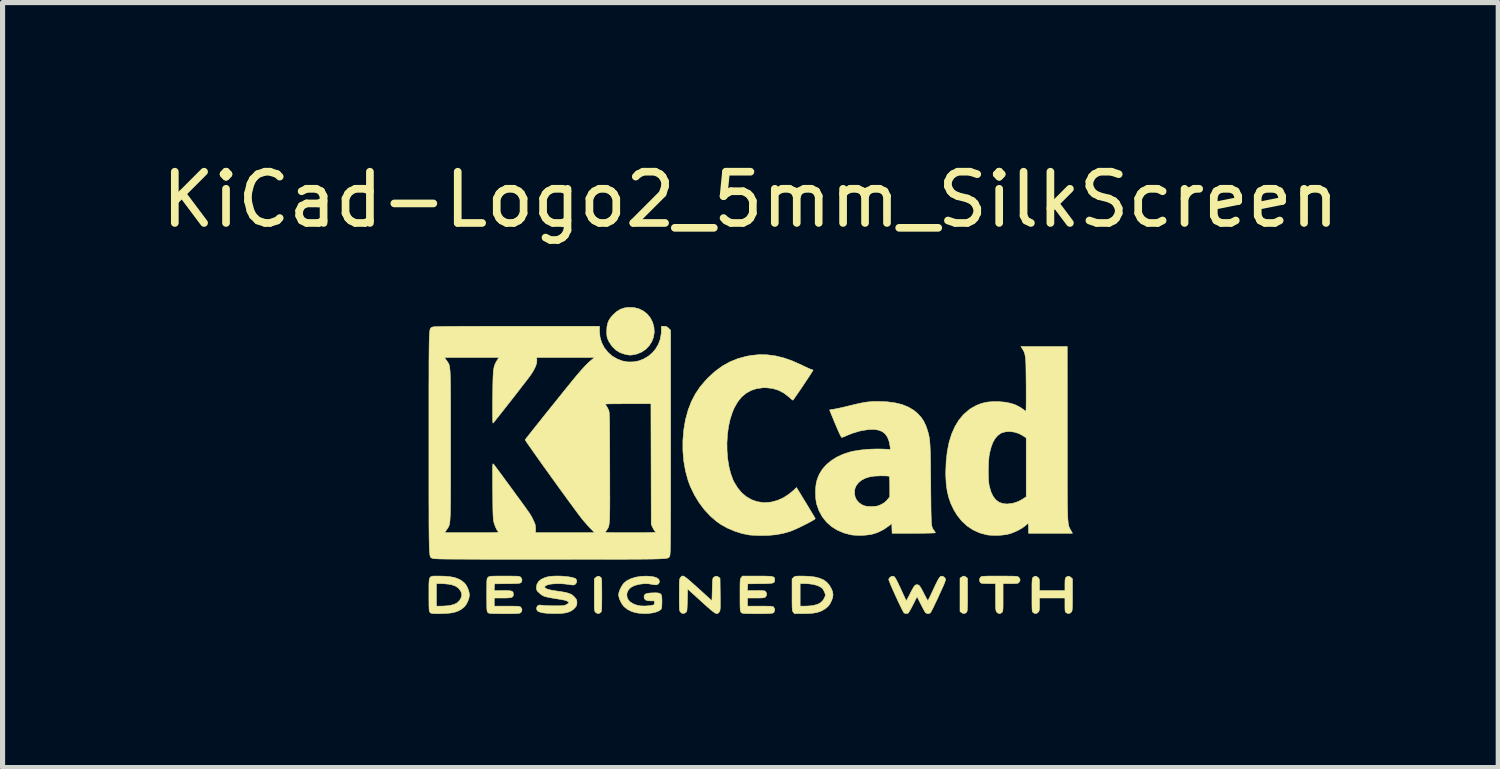
<source format=kicad_pcb>
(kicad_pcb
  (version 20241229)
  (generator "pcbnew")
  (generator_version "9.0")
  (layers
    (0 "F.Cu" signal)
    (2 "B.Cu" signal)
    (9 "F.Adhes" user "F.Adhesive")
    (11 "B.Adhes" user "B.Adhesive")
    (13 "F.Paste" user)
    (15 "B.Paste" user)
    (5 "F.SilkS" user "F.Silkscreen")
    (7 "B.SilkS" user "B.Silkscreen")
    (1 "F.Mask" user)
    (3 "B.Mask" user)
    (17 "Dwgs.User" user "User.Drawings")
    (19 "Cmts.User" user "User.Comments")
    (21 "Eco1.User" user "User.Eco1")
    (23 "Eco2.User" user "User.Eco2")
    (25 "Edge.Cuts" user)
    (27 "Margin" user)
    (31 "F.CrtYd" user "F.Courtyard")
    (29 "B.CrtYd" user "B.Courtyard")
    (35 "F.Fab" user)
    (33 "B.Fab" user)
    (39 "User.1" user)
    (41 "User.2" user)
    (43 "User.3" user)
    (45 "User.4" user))
  (footprint "KiCad-Logo2_5mm_SilkScreen"
    (layer "F.Cu")
    (at 11.601 5.928)
    (property "Reference" "KiCad-Logo2_5mm_SilkScreen" (at 0 -5.08 180) (layer "F.SilkS") (effects (font (size 1 1) (thickness 0.15))))
    (attr board_only exclude_from_pos_files exclude_from_bom)
    (fp_poly (pts (xy 4.189 2.276) (xy 4.212 2.291) (xy 4.239 2.312) (xy 4.239 2.634) (xy 4.239 2.728) (xy 4.239 2.802) (xy 4.238 2.859) (xy 4.236 2.901) (xy 4.234 2.931) (xy 4.231 2.951) (xy 4.227 2.965) (xy 4.221 2.974) (xy 4.217 2.979) (xy 4.186 3) (xy 4.15 2.999) (xy 4.119 2.981) (xy 4.092 2.96) (xy 4.092 2.312) (xy 4.119 2.291) (xy 4.145 2.275) (xy 4.166 2.269) (xy 4.189 2.276)) (stroke (width 0.01) (type solid)) (fill yes) (layer "F.SilkS"))
    (fp_poly (pts (xy -2.924 2.292) (xy -2.917 2.299) (xy -2.912 2.309) (xy -2.908 2.324) (xy -2.905 2.346) (xy -2.903 2.378) (xy -2.902 2.422) (xy -2.902 2.482) (xy -2.901 2.56) (xy -2.901 2.636) (xy -2.901 2.73) (xy -2.902 2.804) (xy -2.902 2.86) (xy -2.904 2.902) (xy -2.906 2.932) (xy -2.909 2.952) (xy -2.913 2.965) (xy -2.919 2.974) (xy -2.924 2.98) (xy -2.957 3) (xy -2.992 2.998) (xy -3.023 2.977) (xy -3.031 2.968) (xy -3.036 2.959) (xy -3.041 2.945) (xy -3.044 2.924) (xy -3.046 2.895) (xy -3.047 2.853) (xy -3.048 2.796) (xy -3.048 2.722) (xy -3.048 2.638) (xy -3.048 2.324) (xy -3.02 2.297) (xy -2.986 2.273) (xy -2.953 2.273) (xy -2.924 2.292)) (stroke (width 0.01) (type solid)) (fill yes) (layer "F.SilkS"))
    (fp_poly (pts (xy -2.273 -2.973) (xy -2.177 -2.949) (xy -2.09 -2.906) (xy -2.015 -2.847) (xy -1.954 -2.772) (xy -1.909 -2.683) (xy -1.883 -2.586) (xy -1.877 -2.489) (xy -1.892 -2.395) (xy -1.926 -2.307) (xy -1.977 -2.228) (xy -2.042 -2.16) (xy -2.121 -2.106) (xy -2.212 -2.068) (xy -2.263 -2.056) (xy -2.308 -2.048) (xy -2.342 -2.045) (xy -2.375 -2.047) (xy -2.415 -2.054) (xy -2.449 -2.061) (xy -2.542 -2.092) (xy -2.626 -2.143) (xy -2.698 -2.213) (xy -2.756 -2.298) (xy -2.77 -2.326) (xy -2.787 -2.362) (xy -2.797 -2.392) (xy -2.802 -2.425) (xy -2.805 -2.466) (xy -2.805 -2.512) (xy -2.801 -2.596) (xy -2.787 -2.665) (xy -2.762 -2.726) (xy -2.723 -2.784) (xy -2.684 -2.829) (xy -2.612 -2.895) (xy -2.537 -2.94) (xy -2.455 -2.967) (xy -2.377 -2.977) (xy -2.273 -2.973)) (stroke (width 0.01) (type solid)) (fill yes) (layer "F.SilkS"))
    (fp_poly (pts (xy 4.963 2.269) (xy 5.042 2.27) (xy 5.103 2.27) (xy 5.149 2.272) (xy 5.182 2.274) (xy 5.205 2.277) (xy 5.221 2.28) (xy 5.231 2.285) (xy 5.236 2.289) (xy 5.261 2.321) (xy 5.265 2.355) (xy 5.249 2.386) (xy 5.238 2.398) (xy 5.227 2.406) (xy 5.211 2.412) (xy 5.186 2.414) (xy 5.147 2.416) (xy 5.09 2.416) (xy 5.079 2.416) (xy 4.933 2.416) (xy 4.933 2.687) (xy 4.933 2.772) (xy 4.933 2.838) (xy 4.932 2.887) (xy 4.93 2.922) (xy 4.927 2.946) (xy 4.923 2.962) (xy 4.918 2.972) (xy 4.911 2.98) (xy 4.878 3) (xy 4.843 2.999) (xy 4.812 2.976) (xy 4.81 2.973) (xy 4.802 2.962) (xy 4.797 2.95) (xy 4.793 2.933) (xy 4.79 2.908) (xy 4.788 2.872) (xy 4.787 2.822) (xy 4.787 2.755) (xy 4.786 2.68) (xy 4.786 2.416) (xy 4.647 2.416) (xy 4.587 2.415) (xy 4.546 2.414) (xy 4.519 2.411) (xy 4.502 2.405) (xy 4.49 2.397) (xy 4.489 2.395) (xy 4.473 2.362) (xy 4.474 2.324) (xy 4.493 2.292) (xy 4.5 2.285) (xy 4.51 2.28) (xy 4.524 2.276) (xy 4.545 2.274) (xy 4.575 2.272) (xy 4.618 2.27) (xy 4.676 2.269) (xy 4.75 2.269) (xy 4.844 2.269) (xy 4.864 2.269) (xy 4.963 2.269)) (stroke (width 0.01) (type solid)) (fill yes) (layer "F.SilkS"))
    (fp_poly (pts (xy 6.229 2.275) (xy 6.26 2.297) (xy 6.288 2.324) (xy 6.288 2.634) (xy 6.288 2.726) (xy 6.287 2.798) (xy 6.287 2.853) (xy 6.285 2.893) (xy 6.283 2.922) (xy 6.28 2.942) (xy 6.275 2.956) (xy 6.269 2.967) (xy 6.265 2.973) (xy 6.234 2.998) (xy 6.198 3) (xy 6.166 2.985) (xy 6.156 2.976) (xy 6.148 2.965) (xy 6.144 2.946) (xy 6.142 2.915) (xy 6.141 2.869) (xy 6.141 2.833) (xy 6.141 2.698) (xy 5.644 2.698) (xy 5.644 2.821) (xy 5.644 2.877) (xy 5.642 2.915) (xy 5.638 2.941) (xy 5.63 2.96) (xy 5.621 2.973) (xy 5.59 2.998) (xy 5.555 3.001) (xy 5.522 2.983) (xy 5.513 2.974) (xy 5.506 2.962) (xy 5.502 2.943) (xy 5.499 2.914) (xy 5.498 2.87) (xy 5.497 2.808) (xy 5.497 2.794) (xy 5.497 2.678) (xy 5.497 2.582) (xy 5.497 2.504) (xy 5.497 2.443) (xy 5.498 2.396) (xy 5.5 2.361) (xy 5.502 2.335) (xy 5.505 2.318) (xy 5.51 2.306) (xy 5.515 2.298) (xy 5.52 2.292) (xy 5.552 2.272) (xy 5.585 2.275) (xy 5.617 2.297) (xy 5.629 2.311) (xy 5.638 2.327) (xy 5.642 2.35) (xy 5.644 2.384) (xy 5.644 2.436) (xy 5.644 2.551) (xy 6.141 2.551) (xy 6.141 2.433) (xy 6.142 2.378) (xy 6.144 2.341) (xy 6.148 2.317) (xy 6.155 2.301) (xy 6.164 2.292) (xy 6.196 2.272) (xy 6.229 2.275)) (stroke (width 0.01) (type solid)) (fill yes) (layer "F.SilkS"))
    (fp_poly (pts (xy 1.018 2.269) (xy 1.147 2.274) (xy 1.257 2.287) (xy 1.349 2.31) (xy 1.426 2.343) (xy 1.489 2.388) (xy 1.539 2.444) (xy 1.58 2.514) (xy 1.58 2.515) (xy 1.605 2.577) (xy 1.613 2.633) (xy 1.606 2.688) (xy 1.584 2.751) (xy 1.579 2.761) (xy 1.55 2.817) (xy 1.517 2.86) (xy 1.475 2.897) (xy 1.417 2.934) (xy 1.414 2.936) (xy 1.364 2.96) (xy 1.307 2.978) (xy 1.24 2.991) (xy 1.159 2.999) (xy 1.06 3.002) (xy 1.025 3.002) (xy 0.86 3.003) (xy 0.836 2.973) (xy 0.829 2.963) (xy 0.824 2.952) (xy 0.82 2.936) (xy 0.817 2.913) (xy 0.815 2.88) (xy 0.814 2.856) (xy 0.971 2.856) (xy 1.065 2.856) (xy 1.12 2.854) (xy 1.176 2.85) (xy 1.222 2.844) (xy 1.225 2.844) (xy 1.307 2.822) (xy 1.371 2.789) (xy 1.418 2.743) (xy 1.451 2.683) (xy 1.457 2.667) (xy 1.463 2.642) (xy 1.46 2.618) (xy 1.448 2.585) (xy 1.441 2.569) (xy 1.418 2.527) (xy 1.39 2.497) (xy 1.359 2.477) (xy 1.297 2.45) (xy 1.218 2.43) (xy 1.125 2.419) (xy 1.058 2.416) (xy 0.971 2.416) (xy 0.971 2.856) (xy 0.814 2.856) (xy 0.814 2.835) (xy 0.813 2.774) (xy 0.813 2.696) (xy 0.813 2.634) (xy 0.813 2.324) (xy 0.841 2.297) (xy 0.853 2.286) (xy 0.866 2.278) (xy 0.885 2.273) (xy 0.913 2.27) (xy 0.955 2.269) (xy 1.015 2.269) (xy 1.018 2.269)) (stroke (width 0.01) (type solid)) (fill yes) (layer "F.SilkS"))
    (fp_poly (pts (xy -6.121 2.269) (xy -6.082 2.269) (xy -5.966 2.272) (xy -5.869 2.281) (xy -5.788 2.295) (xy -5.719 2.317) (xy -5.658 2.347) (xy -5.604 2.387) (xy -5.584 2.404) (xy -5.552 2.443) (xy -5.523 2.497) (xy -5.5 2.557) (xy -5.488 2.615) (xy -5.486 2.636) (xy -5.494 2.695) (xy -5.516 2.759) (xy -5.547 2.82) (xy -5.584 2.868) (xy -5.59 2.874) (xy -5.641 2.915) (xy -5.696 2.947) (xy -5.76 2.971) (xy -5.834 2.988) (xy -5.924 2.998) (xy -6.031 3.002) (xy -6.08 3.003) (xy -6.142 3.003) (xy -6.186 3.001) (xy -6.215 2.999) (xy -6.234 2.994) (xy -6.247 2.987) (xy -6.254 2.98) (xy -6.261 2.973) (xy -6.266 2.963) (xy -6.27 2.948) (xy -6.273 2.926) (xy -6.274 2.894) (xy -6.276 2.85) (xy -6.276 2.79) (xy -6.277 2.712) (xy -6.277 2.636) (xy -6.277 2.535) (xy -6.277 2.454) (xy -6.276 2.416) (xy -6.13 2.416) (xy -6.13 2.856) (xy -6.037 2.856) (xy -5.981 2.854) (xy -5.922 2.85) (xy -5.873 2.844) (xy -5.872 2.844) (xy -5.792 2.825) (xy -5.731 2.795) (xy -5.684 2.753) (xy -5.655 2.707) (xy -5.636 2.656) (xy -5.638 2.608) (xy -5.659 2.557) (xy -5.7 2.504) (xy -5.758 2.465) (xy -5.833 2.438) (xy -5.883 2.429) (xy -5.939 2.423) (xy -6 2.418) (xy -6.051 2.416) (xy -6.054 2.416) (xy -6.13 2.416) (xy -6.276 2.416) (xy -6.275 2.392) (xy -6.271 2.345) (xy -6.263 2.312) (xy -6.25 2.29) (xy -6.23 2.277) (xy -6.203 2.27) (xy -6.167 2.269) (xy -6.121 2.269)) (stroke (width 0.01) (type solid)) (fill yes) (layer "F.SilkS"))
    (fp_poly (pts (xy -1.3 2.273) (xy -1.277 2.287) (xy -1.246 2.31) (xy -1.206 2.342) (xy -1.156 2.386) (xy -1.094 2.441) (xy -1.018 2.509) (xy -0.931 2.588) (xy -0.751 2.752) (xy -0.745 2.532) (xy -0.743 2.456) (xy -0.741 2.4) (xy -0.739 2.36) (xy -0.736 2.332) (xy -0.731 2.314) (xy -0.725 2.303) (xy -0.717 2.294) (xy -0.713 2.291) (xy -0.678 2.272) (xy -0.645 2.274) (xy -0.619 2.291) (xy -0.593 2.312) (xy -0.589 2.627) (xy -0.588 2.72) (xy -0.588 2.793) (xy -0.588 2.848) (xy -0.589 2.889) (xy -0.591 2.919) (xy -0.594 2.939) (xy -0.598 2.953) (xy -0.604 2.964) (xy -0.61 2.972) (xy -0.623 2.988) (xy -0.637 2.999) (xy -0.652 3.003) (xy -0.671 2.999) (xy -0.695 2.987) (xy -0.727 2.965) (xy -0.768 2.932) (xy -0.821 2.887) (xy -0.886 2.829) (xy -0.96 2.762) (xy -1.225 2.521) (xy -1.23 2.741) (xy -1.233 2.816) (xy -1.235 2.872) (xy -1.237 2.913) (xy -1.24 2.94) (xy -1.244 2.958) (xy -1.25 2.969) (xy -1.259 2.978) (xy -1.263 2.981) (xy -1.3 3) (xy -1.335 2.997) (xy -1.365 2.973) (xy -1.372 2.963) (xy -1.378 2.952) (xy -1.382 2.936) (xy -1.385 2.913) (xy -1.386 2.88) (xy -1.388 2.835) (xy -1.388 2.774) (xy -1.389 2.694) (xy -1.389 2.636) (xy -1.388 2.544) (xy -1.388 2.473) (xy -1.387 2.418) (xy -1.386 2.378) (xy -1.384 2.349) (xy -1.38 2.329) (xy -1.376 2.315) (xy -1.37 2.305) (xy -1.365 2.299) (xy -1.354 2.285) (xy -1.343 2.274) (xy -1.332 2.268) (xy -1.318 2.267) (xy -1.3 2.273)) (stroke (width 0.01) (type solid)) (fill yes) (layer "F.SilkS"))
    (fp_poly (pts (xy -1.95 2.275) (xy -1.882 2.286) (xy -1.829 2.304) (xy -1.795 2.327) (xy -1.785 2.341) (xy -1.776 2.372) (xy -1.782 2.4) (xy -1.802 2.427) (xy -1.834 2.44) (xy -1.879 2.439) (xy -1.914 2.432) (xy -1.992 2.419) (xy -2.072 2.418) (xy -2.162 2.428) (xy -2.186 2.433) (xy -2.269 2.456) (xy -2.334 2.491) (xy -2.38 2.537) (xy -2.407 2.592) (xy -2.413 2.621) (xy -2.409 2.68) (xy -2.386 2.732) (xy -2.345 2.776) (xy -2.288 2.811) (xy -2.219 2.837) (xy -2.138 2.852) (xy -2.048 2.854) (xy -1.951 2.845) (xy -1.945 2.844) (xy -1.907 2.836) (xy -1.885 2.83) (xy -1.876 2.819) (xy -1.874 2.802) (xy -1.874 2.793) (xy -1.874 2.754) (xy -1.942 2.754) (xy -2.003 2.75) (xy -2.044 2.737) (xy -2.068 2.714) (xy -2.077 2.679) (xy -2.077 2.674) (xy -2.072 2.645) (xy -2.054 2.623) (xy -2.022 2.609) (xy -1.972 2.601) (xy -1.923 2.598) (xy -1.852 2.596) (xy -1.801 2.599) (xy -1.766 2.609) (xy -1.744 2.628) (xy -1.733 2.66) (xy -1.728 2.708) (xy -1.727 2.77) (xy -1.729 2.84) (xy -1.733 2.887) (xy -1.74 2.912) (xy -1.741 2.914) (xy -1.78 2.946) (xy -1.837 2.97) (xy -1.909 2.988) (xy -1.991 2.999) (xy -2.081 3.001) (xy -2.175 2.994) (xy -2.23 2.986) (xy -2.316 2.962) (xy -2.396 2.922) (xy -2.463 2.87) (xy -2.473 2.86) (xy -2.506 2.816) (xy -2.536 2.762) (xy -2.559 2.706) (xy -2.572 2.654) (xy -2.574 2.635) (xy -2.567 2.593) (xy -2.55 2.542) (xy -2.524 2.488) (xy -2.495 2.439) (xy -2.469 2.406) (xy -2.408 2.357) (xy -2.329 2.319) (xy -2.235 2.29) (xy -2.129 2.274) (xy -2.032 2.27) (xy -1.95 2.275)) (stroke (width 0.01) (type solid)) (fill yes) (layer "F.SilkS"))
    (fp_poly (pts (xy 0.23 2.269) (xy 0.307 2.27) (xy 0.365 2.272) (xy 0.408 2.276) (xy 0.438 2.282) (xy 0.457 2.291) (xy 0.468 2.303) (xy 0.473 2.319) (xy 0.474 2.339) (xy 0.474 2.341) (xy 0.473 2.364) (xy 0.468 2.382) (xy 0.457 2.395) (xy 0.437 2.404) (xy 0.406 2.41) (xy 0.36 2.414) (xy 0.298 2.417) (xy 0.216 2.418) (xy 0.191 2.418) (xy -0.051 2.421) (xy -0.054 2.486) (xy -0.058 2.551) (xy 0.111 2.551) (xy 0.176 2.552) (xy 0.223 2.553) (xy 0.255 2.555) (xy 0.276 2.559) (xy 0.289 2.565) (xy 0.299 2.573) (xy 0.299 2.573) (xy 0.316 2.607) (xy 0.316 2.643) (xy 0.297 2.674) (xy 0.294 2.678) (xy 0.281 2.686) (xy 0.263 2.692) (xy 0.237 2.695) (xy 0.197 2.697) (xy 0.142 2.698) (xy 0.106 2.698) (xy -0.056 2.698) (xy -0.056 2.856) (xy 0.19 2.856) (xy 0.272 2.856) (xy 0.333 2.857) (xy 0.379 2.858) (xy 0.41 2.86) (xy 0.431 2.864) (xy 0.445 2.868) (xy 0.453 2.874) (xy 0.455 2.877) (xy 0.472 2.908) (xy 0.473 2.944) (xy 0.46 2.975) (xy 0.449 2.985) (xy 0.438 2.991) (xy 0.421 2.995) (xy 0.396 2.998) (xy 0.359 3) (xy 0.308 3.002) (xy 0.24 3.003) (xy 0.153 3.003) (xy 0.133 3.003) (xy 0.045 3.003) (xy -0.024 3.002) (xy -0.075 3.002) (xy -0.113 3) (xy -0.139 2.998) (xy -0.156 2.994) (xy -0.167 2.989) (xy -0.176 2.983) (xy -0.18 2.978) (xy -0.187 2.97) (xy -0.192 2.96) (xy -0.196 2.945) (xy -0.199 2.923) (xy -0.201 2.89) (xy -0.202 2.845) (xy -0.203 2.785) (xy -0.203 2.707) (xy -0.203 2.641) (xy -0.203 2.549) (xy -0.203 2.476) (xy -0.202 2.421) (xy -0.201 2.38) (xy -0.198 2.35) (xy -0.195 2.33) (xy -0.191 2.316) (xy -0.185 2.305) (xy -0.18 2.299) (xy -0.156 2.269) (xy 0.134 2.269) (xy 0.23 2.269)) (stroke (width 0.01) (type solid)) (fill yes) (layer "F.SilkS"))
    (fp_poly (pts (xy -4.713 2.269) (xy -4.643 2.27) (xy -4.591 2.27) (xy -4.553 2.272) (xy -4.526 2.274) (xy -4.508 2.278) (xy -4.496 2.283) (xy -4.487 2.289) (xy -4.484 2.292) (xy -4.464 2.323) (xy -4.46 2.359) (xy -4.473 2.391) (xy -4.48 2.397) (xy -4.489 2.403) (xy -4.505 2.408) (xy -4.529 2.412) (xy -4.566 2.414) (xy -4.617 2.416) (xy -4.685 2.418) (xy -4.748 2.418) (xy -4.995 2.421) (xy -4.999 2.486) (xy -5.002 2.551) (xy -4.834 2.551) (xy -4.761 2.552) (xy -4.708 2.555) (xy -4.671 2.56) (xy -4.647 2.57) (xy -4.634 2.586) (xy -4.629 2.607) (xy -4.628 2.628) (xy -4.631 2.653) (xy -4.64 2.671) (xy -4.659 2.684) (xy -4.691 2.692) (xy -4.738 2.696) (xy -4.804 2.698) (xy -4.84 2.698) (xy -5.001 2.698) (xy -5.001 2.856) (xy -4.753 2.856) (xy -4.671 2.856) (xy -4.609 2.857) (xy -4.564 2.858) (xy -4.532 2.86) (xy -4.511 2.863) (xy -4.496 2.868) (xy -4.487 2.874) (xy -4.482 2.879) (xy -4.465 2.906) (xy -4.459 2.929) (xy -4.467 2.959) (xy -4.482 2.98) (xy -4.49 2.987) (xy -4.5 2.992) (xy -4.515 2.996) (xy -4.538 2.999) (xy -4.571 3.001) (xy -4.618 3.002) (xy -4.68 3.003) (xy -4.761 3.003) (xy -4.803 3.003) (xy -4.894 3.003) (xy -4.964 3.002) (xy -5.017 3.002) (xy -5.056 3) (xy -5.083 2.998) (xy -5.101 2.994) (xy -5.113 2.99) (xy -5.122 2.983) (xy -5.125 2.98) (xy -5.132 2.973) (xy -5.137 2.963) (xy -5.141 2.948) (xy -5.144 2.926) (xy -5.146 2.894) (xy -5.147 2.849) (xy -5.147 2.789) (xy -5.148 2.711) (xy -5.148 2.638) (xy -5.148 2.545) (xy -5.147 2.471) (xy -5.147 2.415) (xy -5.146 2.374) (xy -5.144 2.345) (xy -5.141 2.325) (xy -5.136 2.312) (xy -5.131 2.303) (xy -5.123 2.295) (xy -5.122 2.294) (xy -5.113 2.286) (xy -5.103 2.28) (xy -5.089 2.276) (xy -5.067 2.273) (xy -5.036 2.271) (xy -4.993 2.27) (xy -4.934 2.269) (xy -4.857 2.269) (xy -4.802 2.269) (xy -4.713 2.269)) (stroke (width 0.01) (type solid)) (fill yes) (layer "F.SilkS"))
    (fp_poly (pts (xy 3.745 2.271) (xy 3.764 2.278) (xy 3.765 2.278) (xy 3.792 2.299) (xy 3.806 2.32) (xy 3.809 2.329) (xy 3.809 2.342) (xy 3.805 2.361) (xy 3.796 2.387) (xy 3.782 2.424) (xy 3.761 2.473) (xy 3.732 2.536) (xy 3.695 2.617) (xy 3.675 2.661) (xy 3.639 2.74) (xy 3.604 2.812) (xy 3.574 2.876) (xy 3.548 2.928) (xy 3.528 2.965) (xy 3.516 2.986) (xy 3.513 2.989) (xy 3.482 3.001) (xy 3.447 3) (xy 3.419 2.984) (xy 3.418 2.983) (xy 3.407 2.966) (xy 3.388 2.933) (xy 3.364 2.888) (xy 3.337 2.836) (xy 3.327 2.817) (xy 3.254 2.67) (xy 3.174 2.829) (xy 3.146 2.884) (xy 3.119 2.932) (xy 3.097 2.969) (xy 3.081 2.991) (xy 3.076 2.996) (xy 3.034 3.002) (xy 3 2.989) (xy 2.99 2.974) (xy 2.972 2.943) (xy 2.949 2.897) (xy 2.921 2.839) (xy 2.89 2.774) (xy 2.857 2.704) (xy 2.824 2.631) (xy 2.792 2.56) (xy 2.763 2.494) (xy 2.737 2.435) (xy 2.718 2.386) (xy 2.705 2.352) (xy 2.7 2.334) (xy 2.7 2.334) (xy 2.711 2.311) (xy 2.733 2.289) (xy 2.735 2.288) (xy 2.762 2.272) (xy 2.787 2.273) (xy 2.796 2.275) (xy 2.808 2.282) (xy 2.82 2.294) (xy 2.834 2.315) (xy 2.852 2.347) (xy 2.875 2.393) (xy 2.905 2.455) (xy 2.932 2.512) (xy 2.962 2.578) (xy 2.99 2.638) (xy 3.013 2.688) (xy 3.03 2.725) (xy 3.039 2.746) (xy 3.041 2.749) (xy 3.047 2.743) (xy 3.061 2.721) (xy 3.081 2.685) (xy 3.106 2.638) (xy 3.115 2.619) (xy 3.148 2.554) (xy 3.174 2.507) (xy 3.194 2.474) (xy 3.21 2.454) (xy 3.226 2.443) (xy 3.242 2.439) (xy 3.252 2.438) (xy 3.271 2.44) (xy 3.287 2.447) (xy 3.303 2.462) (xy 3.321 2.487) (xy 3.344 2.526) (xy 3.373 2.581) (xy 3.389 2.613) (xy 3.415 2.663) (xy 3.437 2.705) (xy 3.454 2.734) (xy 3.464 2.748) (xy 3.466 2.749) (xy 3.472 2.738) (xy 3.487 2.709) (xy 3.508 2.666) (xy 3.534 2.612) (xy 3.564 2.548) (xy 3.578 2.517) (xy 3.616 2.436) (xy 3.647 2.374) (xy 3.672 2.328) (xy 3.692 2.297) (xy 3.71 2.278) (xy 3.727 2.271) (xy 3.745 2.271)) (stroke (width 0.01) (type solid)) (fill yes) (layer "F.SilkS"))
    (fp_poly (pts (xy -3.692 2.27) (xy -3.617 2.276) (xy -3.547 2.284) (xy -3.487 2.295) (xy -3.44 2.308) (xy -3.41 2.323) (xy -3.406 2.327) (xy -3.39 2.362) (xy -3.395 2.397) (xy -3.419 2.428) (xy -3.421 2.429) (xy -3.435 2.438) (xy -3.45 2.443) (xy -3.471 2.443) (xy -3.503 2.44) (xy -3.552 2.432) (xy -3.556 2.432) (xy -3.629 2.423) (xy -3.707 2.418) (xy -3.786 2.418) (xy -3.859 2.422) (xy -3.922 2.43) (xy -3.968 2.443) (xy -3.971 2.444) (xy -4.005 2.463) (xy -4.017 2.482) (xy -4.008 2.5) (xy -3.978 2.518) (xy -3.929 2.535) (xy -3.861 2.549) (xy -3.816 2.556) (xy -3.721 2.57) (xy -3.647 2.582) (xy -3.588 2.594) (xy -3.542 2.608) (xy -3.506 2.623) (xy -3.476 2.641) (xy -3.449 2.664) (xy -3.428 2.686) (xy -3.403 2.717) (xy -3.391 2.743) (xy -3.387 2.776) (xy -3.387 2.788) (xy -3.39 2.828) (xy -3.401 2.857) (xy -3.421 2.883) (xy -3.462 2.924) (xy -3.508 2.954) (xy -3.562 2.976) (xy -3.627 2.991) (xy -3.707 2.999) (xy -3.805 3.001) (xy -3.821 3.001) (xy -3.887 3) (xy -3.952 2.997) (xy -4.009 2.992) (xy -4.052 2.987) (xy -4.055 2.987) (xy -4.098 2.976) (xy -4.134 2.964) (xy -4.154 2.952) (xy -4.173 2.922) (xy -4.174 2.886) (xy -4.158 2.854) (xy -4.154 2.851) (xy -4.139 2.84) (xy -4.12 2.835) (xy -4.091 2.836) (xy -4.056 2.84) (xy -4.016 2.844) (xy -3.96 2.847) (xy -3.895 2.849) (xy -3.828 2.85) (xy -3.81 2.85) (xy -3.742 2.85) (xy -3.692 2.849) (xy -3.657 2.846) (xy -3.63 2.841) (xy -3.609 2.834) (xy -3.596 2.828) (xy -3.568 2.811) (xy -3.55 2.796) (xy -3.547 2.792) (xy -3.553 2.774) (xy -3.579 2.757) (xy -3.624 2.741) (xy -3.687 2.728) (xy -3.705 2.725) (xy -3.801 2.71) (xy -3.878 2.697) (xy -3.938 2.686) (xy -3.984 2.676) (xy -4.021 2.665) (xy -4.049 2.653) (xy -4.073 2.639) (xy -4.096 2.622) (xy -4.119 2.601) (xy -4.127 2.594) (xy -4.155 2.567) (xy -4.17 2.545) (xy -4.176 2.52) (xy -4.177 2.489) (xy -4.167 2.428) (xy -4.136 2.376) (xy -4.085 2.333) (xy -4.013 2.3) (xy -3.962 2.285) (xy -3.907 2.275) (xy -3.841 2.27) (xy -3.768 2.268) (xy -3.692 2.27)) (stroke (width 0.01) (type solid)) (fill yes) (layer "F.SilkS"))
    (fp_poly (pts (xy 0.328 -2.051) (xy 0.489 -2.03) (xy 0.653 -1.99) (xy 0.822 -1.93) (xy 1 -1.851) (xy 1.011 -1.845) (xy 1.069 -1.817) (xy 1.121 -1.793) (xy 1.162 -1.775) (xy 1.19 -1.764) (xy 1.2 -1.761) (xy 1.219 -1.756) (xy 1.224 -1.752) (xy 1.218 -1.741) (xy 1.202 -1.715) (xy 1.177 -1.676) (xy 1.145 -1.626) (xy 1.107 -1.569) (xy 1.066 -1.507) (xy 1.023 -1.442) (xy 0.98 -1.379) (xy 0.939 -1.319) (xy 0.902 -1.265) (xy 0.871 -1.22) (xy 0.847 -1.186) (xy 0.832 -1.167) (xy 0.83 -1.165) (xy 0.82 -1.17) (xy 0.798 -1.187) (xy 0.767 -1.214) (xy 0.752 -1.228) (xy 0.655 -1.303) (xy 0.548 -1.359) (xy 0.433 -1.394) (xy 0.31 -1.408) (xy 0.241 -1.407) (xy 0.119 -1.39) (xy 0.01 -1.354) (xy -0.087 -1.299) (xy -0.174 -1.225) (xy -0.249 -1.131) (xy -0.314 -1.018) (xy -0.351 -0.931) (xy -0.395 -0.796) (xy -0.428 -0.648) (xy -0.448 -0.493) (xy -0.458 -0.333) (xy -0.456 -0.173) (xy -0.443 -0.016) (xy -0.419 0.133) (xy -0.384 0.271) (xy -0.338 0.395) (xy -0.322 0.429) (xy -0.253 0.543) (xy -0.173 0.64) (xy -0.081 0.718) (xy 0.02 0.777) (xy 0.13 0.816) (xy 0.247 0.834) (xy 0.289 0.835) (xy 0.41 0.824) (xy 0.531 0.791) (xy 0.649 0.737) (xy 0.762 0.663) (xy 0.854 0.585) (xy 0.9 0.54) (xy 1.081 0.837) (xy 1.127 0.911) (xy 1.168 0.98) (xy 1.204 1.039) (xy 1.233 1.088) (xy 1.254 1.124) (xy 1.265 1.144) (xy 1.266 1.147) (xy 1.258 1.157) (xy 1.233 1.174) (xy 1.193 1.197) (xy 1.142 1.225) (xy 1.084 1.255) (xy 1.021 1.287) (xy 0.958 1.318) (xy 0.896 1.346) (xy 0.839 1.371) (xy 0.791 1.391) (xy 0.768 1.399) (xy 0.634 1.437) (xy 0.496 1.462) (xy 0.349 1.475) (xy 0.222 1.477) (xy 0.154 1.476) (xy 0.088 1.474) (xy 0.031 1.471) (xy -0.013 1.468) (xy -0.027 1.466) (xy -0.166 1.438) (xy -0.307 1.392) (xy -0.445 1.334) (xy -0.572 1.264) (xy -0.649 1.211) (xy -0.777 1.103) (xy -0.895 0.977) (xy -1.002 0.835) (xy -1.095 0.681) (xy -1.173 0.518) (xy -1.217 0.401) (xy -1.267 0.217) (xy -1.301 0.023) (xy -1.318 -0.179) (xy -1.318 -0.382) (xy -1.301 -0.584) (xy -1.268 -0.781) (xy -1.217 -0.967) (xy -1.214 -0.978) (xy -1.151 -1.14) (xy -1.074 -1.288) (xy -0.981 -1.426) (xy -0.868 -1.558) (xy -0.825 -1.604) (xy -0.688 -1.728) (xy -0.549 -1.83) (xy -0.403 -1.912) (xy -0.249 -1.975) (xy -0.084 -2.02) (xy 0.011 -2.038) (xy 0.17 -2.054) (xy 0.328 -2.051)) (stroke (width 0.01) (type solid)) (fill yes) (layer "F.SilkS"))
    (fp_poly (pts (xy 6.187 -0.528) (xy 6.187 -0.293) (xy 6.187 -0.08) (xy 6.187 0.112) (xy 6.187 0.285) (xy 6.187 0.441) (xy 6.188 0.579) (xy 6.188 0.701) (xy 6.189 0.808) (xy 6.19 0.901) (xy 6.192 0.982) (xy 6.194 1.051) (xy 6.196 1.11) (xy 6.198 1.159) (xy 6.202 1.2) (xy 6.205 1.234) (xy 6.21 1.262) (xy 6.214 1.285) (xy 6.22 1.304) (xy 6.226 1.321) (xy 6.233 1.335) (xy 6.24 1.349) (xy 6.249 1.364) (xy 6.254 1.373) (xy 6.288 1.434) (xy 5.43 1.434) (xy 5.43 1.338) (xy 5.429 1.294) (xy 5.427 1.261) (xy 5.424 1.243) (xy 5.423 1.242) (xy 5.412 1.249) (xy 5.389 1.267) (xy 5.366 1.286) (xy 5.312 1.327) (xy 5.242 1.368) (xy 5.165 1.405) (xy 5.088 1.435) (xy 5.057 1.445) (xy 4.989 1.46) (xy 4.906 1.47) (xy 4.816 1.475) (xy 4.728 1.474) (xy 4.649 1.469) (xy 4.612 1.463) (xy 4.473 1.425) (xy 4.346 1.367) (xy 4.23 1.29) (xy 4.127 1.195) (xy 4.036 1.081) (xy 3.969 0.97) (xy 3.914 0.854) (xy 3.872 0.734) (xy 3.842 0.608) (xy 3.823 0.472) (xy 3.815 0.32) (xy 3.814 0.243) (xy 3.816 0.186) (xy 4.645 0.186) (xy 4.645 0.279) (xy 4.648 0.367) (xy 4.654 0.444) (xy 4.662 0.505) (xy 4.665 0.517) (xy 4.697 0.625) (xy 4.738 0.712) (xy 4.79 0.779) (xy 4.853 0.826) (xy 4.926 0.853) (xy 5.011 0.862) (xy 5.107 0.851) (xy 5.17 0.835) (xy 5.219 0.817) (xy 5.274 0.791) (xy 5.314 0.767) (xy 5.385 0.721) (xy 5.385 -0.429) (xy 5.317 -0.473) (xy 5.239 -0.514) (xy 5.155 -0.541) (xy 5.07 -0.553) (xy 4.988 -0.549) (xy 4.915 -0.53) (xy 4.883 -0.515) (xy 4.826 -0.472) (xy 4.777 -0.415) (xy 4.735 -0.342) (xy 4.701 -0.252) (xy 4.672 -0.141) (xy 4.671 -0.135) (xy 4.66 -0.073) (xy 4.653 0.005) (xy 4.648 0.093) (xy 4.645 0.186) (xy 3.816 0.186) (xy 3.822 0.03) (xy 3.844 -0.166) (xy 3.88 -0.345) (xy 3.93 -0.506) (xy 3.994 -0.65) (xy 4.071 -0.777) (xy 4.163 -0.886) (xy 4.268 -0.977) (xy 4.314 -1.008) (xy 4.415 -1.064) (xy 4.518 -1.104) (xy 4.628 -1.128) (xy 4.749 -1.138) (xy 4.842 -1.137) (xy 4.971 -1.126) (xy 5.084 -1.104) (xy 5.183 -1.07) (xy 5.271 -1.024) (xy 5.32 -0.99) (xy 5.349 -0.968) (xy 5.371 -0.953) (xy 5.379 -0.948) (xy 5.381 -0.959) (xy 5.382 -0.99) (xy 5.383 -1.037) (xy 5.384 -1.1) (xy 5.384 -1.173) (xy 5.384 -1.256) (xy 5.384 -1.344) (xy 5.384 -1.436) (xy 5.383 -1.528) (xy 5.382 -1.618) (xy 5.381 -1.704) (xy 5.38 -1.781) (xy 5.379 -1.848) (xy 5.377 -1.902) (xy 5.375 -1.94) (xy 5.375 -1.947) (xy 5.367 -2.018) (xy 5.356 -2.073) (xy 5.338 -2.12) (xy 5.312 -2.166) (xy 5.305 -2.176) (xy 5.281 -2.213) (xy 6.186 -2.213) (xy 6.187 -0.528)) (stroke (width 0.01) (type solid)) (fill yes) (layer "F.SilkS"))
    (fp_poly (pts (xy 2.674 -1.133) (xy 2.825 -1.113) (xy 2.961 -1.08) (xy 3.08 -1.032) (xy 3.185 -0.971) (xy 3.262 -0.907) (xy 3.331 -0.833) (xy 3.385 -0.753) (xy 3.428 -0.661) (xy 3.443 -0.618) (xy 3.456 -0.579) (xy 3.467 -0.543) (xy 3.477 -0.508) (xy 3.485 -0.472) (xy 3.492 -0.433) (xy 3.498 -0.39) (xy 3.503 -0.34) (xy 3.507 -0.283) (xy 3.51 -0.215) (xy 3.513 -0.136) (xy 3.515 -0.043) (xy 3.517 0.066) (xy 3.518 0.192) (xy 3.52 0.337) (xy 3.521 0.48) (xy 3.522 0.636) (xy 3.524 0.771) (xy 3.525 0.887) (xy 3.526 0.986) (xy 3.528 1.068) (xy 3.53 1.136) (xy 3.532 1.192) (xy 3.535 1.236) (xy 3.539 1.271) (xy 3.544 1.299) (xy 3.55 1.321) (xy 3.557 1.338) (xy 3.565 1.352) (xy 3.574 1.366) (xy 3.585 1.38) (xy 3.59 1.385) (xy 3.605 1.408) (xy 3.612 1.423) (xy 3.612 1.424) (xy 3.602 1.426) (xy 3.571 1.428) (xy 3.522 1.43) (xy 3.458 1.431) (xy 3.382 1.433) (xy 3.295 1.433) (xy 3.2 1.434) (xy 3.19 1.434) (xy 2.767 1.434) (xy 2.763 1.338) (xy 2.76 1.242) (xy 2.698 1.293) (xy 2.601 1.36) (xy 2.491 1.415) (xy 2.404 1.445) (xy 2.335 1.46) (xy 2.252 1.47) (xy 2.162 1.475) (xy 2.074 1.474) (xy 1.995 1.468) (xy 1.959 1.463) (xy 1.819 1.425) (xy 1.692 1.37) (xy 1.58 1.299) (xy 1.484 1.213) (xy 1.404 1.112) (xy 1.341 0.997) (xy 1.296 0.871) (xy 1.284 0.814) (xy 1.276 0.752) (xy 1.273 0.677) (xy 1.272 0.643) (xy 1.272 0.64) (xy 2.032 0.64) (xy 2.042 0.715) (xy 2.07 0.779) (xy 2.118 0.835) (xy 2.123 0.839) (xy 2.172 0.874) (xy 2.223 0.897) (xy 2.284 0.909) (xy 2.359 0.911) (xy 2.377 0.911) (xy 2.431 0.908) (xy 2.471 0.903) (xy 2.506 0.893) (xy 2.545 0.876) (xy 2.556 0.871) (xy 2.616 0.835) (xy 2.663 0.792) (xy 2.676 0.777) (xy 2.721 0.72) (xy 2.721 0.525) (xy 2.72 0.446) (xy 2.718 0.388) (xy 2.715 0.349) (xy 2.711 0.327) (xy 2.707 0.32) (xy 2.691 0.317) (xy 2.657 0.314) (xy 2.61 0.313) (xy 2.555 0.312) (xy 2.546 0.312) (xy 2.425 0.317) (xy 2.323 0.333) (xy 2.236 0.361) (xy 2.164 0.401) (xy 2.109 0.448) (xy 2.064 0.506) (xy 2.039 0.569) (xy 2.032 0.64) (xy 1.272 0.64) (xy 1.274 0.55) (xy 1.283 0.471) (xy 1.299 0.4) (xy 1.324 0.329) (xy 1.348 0.276) (xy 1.407 0.181) (xy 1.485 0.093) (xy 1.58 0.014) (xy 1.69 -0.055) (xy 1.813 -0.111) (xy 1.945 -0.154) (xy 2.009 -0.169) (xy 2.146 -0.191) (xy 2.294 -0.206) (xy 2.446 -0.212) (xy 2.572 -0.211) (xy 2.734 -0.204) (xy 2.727 -0.263) (xy 2.707 -0.362) (xy 2.676 -0.443) (xy 2.632 -0.506) (xy 2.575 -0.551) (xy 2.503 -0.58) (xy 2.416 -0.594) (xy 2.313 -0.591) (xy 2.275 -0.587) (xy 2.134 -0.562) (xy 1.997 -0.521) (xy 1.902 -0.483) (xy 1.857 -0.464) (xy 1.819 -0.448) (xy 1.792 -0.439) (xy 1.785 -0.437) (xy 1.775 -0.446) (xy 1.758 -0.475) (xy 1.734 -0.524) (xy 1.703 -0.594) (xy 1.665 -0.684) (xy 1.658 -0.7) (xy 1.628 -0.772) (xy 1.601 -0.838) (xy 1.578 -0.893) (xy 1.561 -0.936) (xy 1.55 -0.963) (xy 1.547 -0.972) (xy 1.557 -0.977) (xy 1.583 -0.982) (xy 1.611 -0.986) (xy 1.642 -0.991) (xy 1.689 -1) (xy 1.751 -1.013) (xy 1.821 -1.029) (xy 1.896 -1.047) (xy 1.925 -1.054) (xy 2.03 -1.08) (xy 2.117 -1.1) (xy 2.192 -1.115) (xy 2.258 -1.126) (xy 2.319 -1.133) (xy 2.381 -1.138) (xy 2.446 -1.14) (xy 2.504 -1.14) (xy 2.674 -1.133)) (stroke (width 0.01) (type solid)) (fill yes) (layer "F.SilkS"))
    (fp_poly (pts (xy -2.946 -2.511) (xy -2.936 -2.397) (xy -2.904 -2.289) (xy -2.853 -2.19) (xy -2.784 -2.102) (xy -2.699 -2.027) (xy -2.602 -1.97) (xy -2.496 -1.93) (xy -2.389 -1.911) (xy -2.283 -1.913) (xy -2.181 -1.932) (xy -2.085 -1.969) (xy -1.996 -2.021) (xy -1.917 -2.087) (xy -1.849 -2.167) (xy -1.796 -2.258) (xy -1.759 -2.359) (xy -1.74 -2.47) (xy -1.738 -2.52) (xy -1.738 -2.608) (xy -1.687 -2.608) (xy -1.65 -2.605) (xy -1.623 -2.593) (xy -1.596 -2.569) (xy -1.558 -2.531) (xy -1.558 -0.339) (xy -1.558 -0.077) (xy -1.558 0.163) (xy -1.558 0.383) (xy -1.558 0.583) (xy -1.558 0.764) (xy -1.558 0.928) (xy -1.559 1.074) (xy -1.559 1.205) (xy -1.559 1.32) (xy -1.56 1.421) (xy -1.561 1.509) (xy -1.561 1.585) (xy -1.562 1.65) (xy -1.563 1.704) (xy -1.564 1.749) (xy -1.565 1.786) (xy -1.567 1.815) (xy -1.568 1.837) (xy -1.57 1.854) (xy -1.572 1.866) (xy -1.574 1.874) (xy -1.576 1.88) (xy -1.577 1.882) (xy -1.581 1.889) (xy -1.585 1.895) (xy -1.589 1.901) (xy -1.594 1.906) (xy -1.601 1.911) (xy -1.611 1.916) (xy -1.625 1.92) (xy -1.645 1.923) (xy -1.669 1.926) (xy -1.701 1.929) (xy -1.741 1.931) (xy -1.789 1.934) (xy -1.846 1.935) (xy -1.914 1.937) (xy -1.994 1.938) (xy -2.085 1.939) (xy -2.19 1.94) (xy -2.309 1.94) (xy -2.443 1.941) (xy -2.593 1.941) (xy -2.76 1.941) (xy -2.945 1.942) (xy -3.149 1.942) (xy -3.372 1.942) (xy -3.616 1.941) (xy -3.881 1.941) (xy -3.92 1.941) (xy -4.187 1.941) (xy -4.432 1.941) (xy -4.657 1.941) (xy -4.861 1.941) (xy -5.047 1.941) (xy -5.215 1.941) (xy -5.366 1.94) (xy -5.501 1.94) (xy -5.62 1.939) (xy -5.725 1.939) (xy -5.817 1.938) (xy -5.896 1.938) (xy -5.964 1.937) (xy -6.021 1.936) (xy -6.069 1.935) (xy -6.107 1.933) (xy -6.138 1.932) (xy -6.162 1.931) (xy -6.18 1.929) (xy -6.192 1.927) (xy -6.201 1.925) (xy -6.205 1.923) (xy -6.214 1.92) (xy -6.221 1.917) (xy -6.229 1.915) (xy -6.235 1.911) (xy -6.241 1.906) (xy -6.246 1.897) (xy -6.251 1.885) (xy -6.255 1.869) (xy -6.259 1.846) (xy -6.262 1.818) (xy -6.265 1.781) (xy -6.268 1.737) (xy -6.27 1.683) (xy -6.271 1.618) (xy -6.273 1.543) (xy -6.274 1.455) (xy -6.275 1.354) (xy -6.276 1.239) (xy -6.276 1.11) (xy -6.276 0.964) (xy -6.277 0.802) (xy -6.277 0.621) (xy -6.277 0.422) (xy -6.277 0.204) (xy -6.277 -0.035) (xy -6.277 -0.296) (xy -6.277 -0.338) (xy -6.277 -0.601) (xy -6.277 -0.842) (xy -6.277 -1.063) (xy -6.277 -1.264) (xy -6.277 -1.446) (xy -6.276 -1.61) (xy -6.276 -1.757) (xy -6.276 -1.888) (xy -6.275 -1.998) (xy -5.972 -1.998) (xy -5.932 -1.94) (xy -5.921 -1.925) (xy -5.911 -1.911) (xy -5.902 -1.897) (xy -5.894 -1.883) (xy -5.887 -1.868) (xy -5.881 -1.849) (xy -5.875 -1.826) (xy -5.871 -1.798) (xy -5.867 -1.764) (xy -5.863 -1.722) (xy -5.861 -1.67) (xy -5.858 -1.609) (xy -5.857 -1.537) (xy -5.855 -1.452) (xy -5.855 -1.354) (xy -5.854 -1.24) (xy -5.853 -1.111) (xy -5.853 -0.965) (xy -5.853 -0.8) (xy -5.853 -0.616) (xy -5.853 -0.41) (xy -5.853 -0.288) (xy -5.853 -0.071) (xy -5.853 0.125) (xy -5.853 0.3) (xy -5.853 0.456) (xy -5.854 0.595) (xy -5.854 0.717) (xy -5.855 0.823) (xy -5.856 0.915) (xy -5.857 0.994) (xy -5.859 1.062) (xy -5.862 1.118) (xy -5.865 1.165) (xy -5.868 1.204) (xy -5.872 1.235) (xy -5.877 1.261) (xy -5.883 1.282) (xy -5.89 1.299) (xy -5.897 1.314) (xy -5.906 1.327) (xy -5.915 1.341) (xy -5.925 1.356) (xy -5.932 1.365) (xy -5.97 1.422) (xy -5.439 1.422) (xy -5.315 1.422) (xy -5.213 1.422) (xy -5.129 1.422) (xy -5.063 1.421) (xy -5.012 1.42) (xy -4.974 1.419) (xy -4.948 1.417) (xy -4.932 1.415) (xy -4.923 1.412) (xy -4.921 1.408) (xy -4.923 1.404) (xy -4.925 1.403) (xy -4.95 1.366) (xy -4.976 1.313) (xy -4.999 1.251) (xy -5.007 1.224) (xy -5.012 1.206) (xy -5.016 1.185) (xy -5.019 1.159) (xy -5.022 1.126) (xy -5.024 1.083) (xy -5.026 1.028) (xy -5.028 0.96) (xy -5.029 0.877) (xy -5.03 0.775) (xy -5.031 0.654) (xy -5.032 0.61) (xy -5.033 0.484) (xy -5.033 0.38) (xy -5.034 0.295) (xy -5.034 0.227) (xy -5.034 0.174) (xy -5.033 0.135) (xy -5.031 0.107) (xy -5.029 0.09) (xy -5.027 0.081) (xy -5.023 0.078) (xy -5.019 0.08) (xy -5.015 0.085) (xy -5.004 0.098) (xy -4.982 0.127) (xy -4.95 0.17) (xy -4.909 0.225) (xy -4.861 0.289) (xy -4.808 0.362) (xy -4.751 0.44) (xy -4.691 0.521) (xy -4.631 0.603) (xy -4.572 0.685) (xy -4.514 0.763) (xy -4.461 0.836) (xy -4.413 0.902) (xy -4.373 0.959) (xy -4.341 1.004) (xy -4.318 1.035) (xy -4.314 1.041) (xy -4.291 1.078) (xy -4.264 1.126) (xy -4.239 1.176) (xy -4.236 1.183) (xy -4.214 1.231) (xy -4.201 1.268) (xy -4.196 1.304) (xy -4.194 1.346) (xy -4.195 1.422) (xy -3.041 1.422) (xy -3.132 1.329) (xy -3.179 1.279) (xy -3.229 1.222) (xy -3.275 1.168) (xy -3.295 1.143) (xy -3.326 1.103) (xy -3.366 1.05) (xy -3.414 0.985) (xy -3.47 0.909) (xy -3.532 0.825) (xy -3.599 0.733) (xy -3.669 0.636) (xy -3.743 0.535) (xy -3.817 0.432) (xy -3.892 0.328) (xy -3.966 0.225) (xy -4.038 0.125) (xy -4.106 0.029) (xy -4.17 -0.061) (xy -4.229 -0.144) (xy -4.28 -0.218) (xy -4.324 -0.28) (xy -4.359 -0.33) (xy -4.383 -0.367) (xy -4.396 -0.387) (xy -4.398 -0.391) (xy -4.39 -0.403) (xy -4.369 -0.43) (xy -4.337 -0.471) (xy -4.294 -0.525) (xy -4.243 -0.589) (xy -4.185 -0.663) (xy -4.12 -0.744) (xy -4.051 -0.831) (xy -3.979 -0.921) (xy -3.904 -1.014) (xy -3.845 -1.088) (xy -2.834 -1.088) (xy -2.828 -1.075) (xy -2.813 -1.053) (xy -2.812 -1.052) (xy -2.793 -1.021) (xy -2.774 -0.985) (xy -2.77 -0.976) (xy -2.766 -0.968) (xy -2.763 -0.958) (xy -2.76 -0.945) (xy -2.758 -0.927) (xy -2.756 -0.904) (xy -2.754 -0.873) (xy -2.753 -0.833) (xy -2.751 -0.784) (xy -2.75 -0.723) (xy -2.749 -0.649) (xy -2.749 -0.561) (xy -2.748 -0.457) (xy -2.747 -0.337) (xy -2.747 -0.198) (xy -2.746 -0.039) (xy -2.746 0.14) (xy -2.745 0.325) (xy -2.745 0.489) (xy -2.745 0.633) (xy -2.744 0.759) (xy -2.745 0.868) (xy -2.745 0.961) (xy -2.747 1.04) (xy -2.748 1.106) (xy -2.75 1.161) (xy -2.753 1.206) (xy -2.757 1.242) (xy -2.761 1.271) (xy -2.766 1.295) (xy -2.772 1.313) (xy -2.779 1.329) (xy -2.787 1.344) (xy -2.797 1.358) (xy -2.805 1.37) (xy -2.822 1.396) (xy -2.832 1.414) (xy -2.834 1.417) (xy -2.823 1.418) (xy -2.791 1.419) (xy -2.742 1.42) (xy -2.677 1.421) (xy -2.599 1.422) (xy -2.51 1.422) (xy -2.411 1.422) (xy -2.342 1.422) (xy -2.237 1.422) (xy -2.141 1.422) (xy -2.054 1.421) (xy -1.98 1.419) (xy -1.921 1.418) (xy -1.879 1.416) (xy -1.855 1.414) (xy -1.851 1.412) (xy -1.859 1.398) (xy -1.867 1.39) (xy -1.88 1.372) (xy -1.897 1.342) (xy -1.909 1.318) (xy -1.936 1.259) (xy -1.939 0.082) (xy -1.942 -1.095) (xy -2.388 -1.095) (xy -2.486 -1.095) (xy -2.576 -1.094) (xy -2.657 -1.094) (xy -2.725 -1.093) (xy -2.779 -1.092) (xy -2.815 -1.09) (xy -2.833 -1.089) (xy -2.834 -1.088) (xy -3.845 -1.088) (xy -3.829 -1.107) (xy -3.755 -1.199) (xy -3.683 -1.289) (xy -3.615 -1.374) (xy -3.551 -1.452) (xy -3.494 -1.523) (xy -3.444 -1.584) (xy -3.403 -1.633) (xy -3.386 -1.654) (xy -3.3 -1.754) (xy -3.223 -1.838) (xy -3.154 -1.906) (xy -3.091 -1.96) (xy -3.082 -1.967) (xy -3.042 -1.998) (xy -4.174 -1.998) (xy -4.169 -1.95) (xy -4.172 -1.893) (xy -4.194 -1.825) (xy -4.234 -1.745) (xy -4.279 -1.673) (xy -4.295 -1.65) (xy -4.323 -1.612) (xy -4.361 -1.562) (xy -4.408 -1.501) (xy -4.462 -1.432) (xy -4.52 -1.356) (xy -4.582 -1.276) (xy -4.646 -1.194) (xy -4.71 -1.112) (xy -4.773 -1.032) (xy -4.832 -0.957) (xy -4.887 -0.888) (xy -4.935 -0.828) (xy -4.974 -0.778) (xy -5.004 -0.742) (xy -5.022 -0.72) (xy -5.025 -0.717) (xy -5.028 -0.725) (xy -5.03 -0.755) (xy -5.032 -0.807) (xy -5.033 -0.881) (xy -5.033 -0.977) (xy -5.033 -1.094) (xy -5.032 -1.214) (xy -5.03 -1.346) (xy -5.029 -1.457) (xy -5.027 -1.551) (xy -5.024 -1.629) (xy -5.021 -1.692) (xy -5.016 -1.745) (xy -5.009 -1.788) (xy -5.002 -1.823) (xy -4.992 -1.854) (xy -4.98 -1.882) (xy -4.965 -1.91) (xy -4.95 -1.935) (xy -4.912 -1.998) (xy -5.972 -1.998) (xy -6.275 -1.998) (xy -6.275 -2.004) (xy -6.274 -2.106) (xy -6.273 -2.195) (xy -6.272 -2.272) (xy -6.27 -2.337) (xy -6.269 -2.393) (xy -6.266 -2.438) (xy -6.264 -2.475) (xy -6.261 -2.505) (xy -6.258 -2.528) (xy -6.254 -2.546) (xy -6.25 -2.559) (xy -6.245 -2.568) (xy -6.24 -2.574) (xy -6.234 -2.579) (xy -6.228 -2.582) (xy -6.222 -2.586) (xy -6.216 -2.589) (xy -6.21 -2.592) (xy -6.202 -2.594) (xy -6.19 -2.596) (xy -6.173 -2.598) (xy -6.149 -2.6) (xy -6.118 -2.601) (xy -6.079 -2.602) (xy -6.03 -2.603) (xy -5.971 -2.604) (xy -5.899 -2.605) (xy -5.815 -2.606) (xy -5.718 -2.606) (xy -5.605 -2.607) (xy -5.476 -2.607) (xy -5.33 -2.607) (xy -5.166 -2.608) (xy -4.982 -2.608) (xy -4.778 -2.608) (xy -4.567 -2.608) (xy -2.946 -2.608) (xy -2.946 -2.511)) (stroke (width 0.01) (type solid)) (fill yes) (layer "F.SilkS")))
  (gr_rect
    (start -3 -3)
    (end 26.202 11.936)
    (stroke (width 0.1) (type default))
    (fill no)
    (layer "Edge.Cuts")))
</source>
